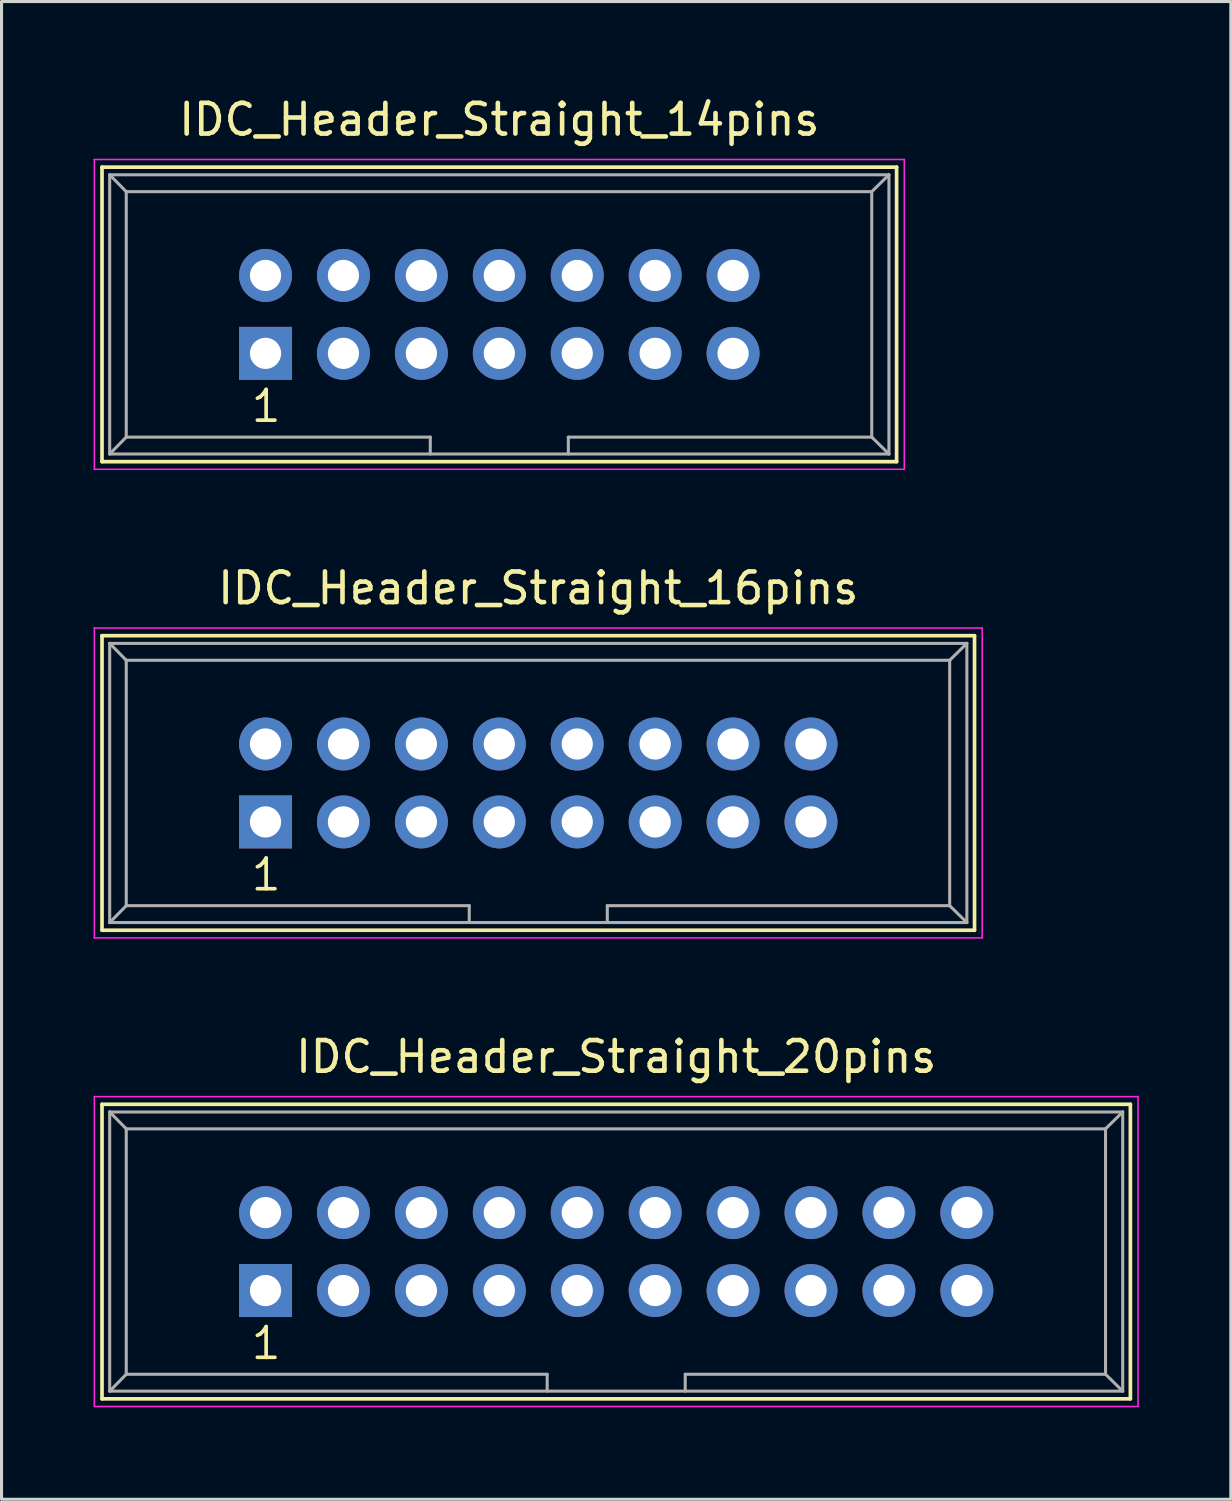
<source format=kicad_pcb>
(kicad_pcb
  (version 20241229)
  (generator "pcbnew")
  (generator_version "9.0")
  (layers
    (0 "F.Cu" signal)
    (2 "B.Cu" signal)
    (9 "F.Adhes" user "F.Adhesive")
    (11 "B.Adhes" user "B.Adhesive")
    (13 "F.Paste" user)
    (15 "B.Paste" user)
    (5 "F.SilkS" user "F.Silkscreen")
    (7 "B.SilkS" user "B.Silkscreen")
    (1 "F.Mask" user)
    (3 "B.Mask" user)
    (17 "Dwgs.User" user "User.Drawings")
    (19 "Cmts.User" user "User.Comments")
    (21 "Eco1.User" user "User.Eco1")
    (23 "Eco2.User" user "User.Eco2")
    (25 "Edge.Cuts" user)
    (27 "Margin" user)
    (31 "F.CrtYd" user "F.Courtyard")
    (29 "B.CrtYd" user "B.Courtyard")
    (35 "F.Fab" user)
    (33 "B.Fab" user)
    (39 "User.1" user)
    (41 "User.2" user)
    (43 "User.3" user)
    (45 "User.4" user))
  (footprint "IDC_Header_Straight_16pins"
    (layer "F.Cu")
    (at 5.605 23.741)
    (property "Reference" "IDC_Header_Straight_16pins" (at 8.89 -7.62 0) (layer "F.SilkS") (effects (font (size 1 1) (thickness 0.15))))
    (attr through_hole)
    (fp_line (start -5.33 -6.07) (end 23.11 -6.07) (stroke (width 0.12) (type solid)) (layer "F.SilkS"))
    (fp_line (start -5.33 3.53) (end -5.33 -6.07) (stroke (width 0.12) (type solid)) (layer "F.SilkS"))
    (fp_line (start 23.11 -6.07) (end 23.11 3.53) (stroke (width 0.12) (type solid)) (layer "F.SilkS"))
    (fp_line (start 23.11 3.53) (end -5.33 3.53) (stroke (width 0.12) (type solid)) (layer "F.SilkS"))
    (fp_line (start -5.58 -6.32) (end 23.36 -6.32) (stroke (width 0.05) (type solid)) (layer "F.CrtYd"))
    (fp_line (start -5.58 3.78) (end -5.58 -6.32) (stroke (width 0.05) (type solid)) (layer "F.CrtYd"))
    (fp_line (start 23.36 -6.32) (end 23.36 3.78) (stroke (width 0.05) (type solid)) (layer "F.CrtYd"))
    (fp_line (start 23.36 3.78) (end -5.58 3.78) (stroke (width 0.05) (type solid)) (layer "F.CrtYd"))
    (fp_line (start -5.08 -5.82) (end -5.08 3.28) (stroke (width 0.1) (type solid)) (layer "F.Fab"))
    (fp_line (start -5.08 -5.82) (end -4.54 -5.27) (stroke (width 0.1) (type solid)) (layer "F.Fab"))
    (fp_line (start -5.08 -5.82) (end 22.86 -5.82) (stroke (width 0.1) (type solid)) (layer "F.Fab"))
    (fp_line (start -5.08 3.28) (end -4.54 2.73) (stroke (width 0.1) (type solid)) (layer "F.Fab"))
    (fp_line (start -5.08 3.28) (end 22.86 3.28) (stroke (width 0.1) (type solid)) (layer "F.Fab"))
    (fp_line (start -4.54 -5.27) (end -4.54 2.73) (stroke (width 0.1) (type solid)) (layer "F.Fab"))
    (fp_line (start -4.54 -5.27) (end 22.3 -5.27) (stroke (width 0.1) (type solid)) (layer "F.Fab"))
    (fp_line (start -4.54 2.73) (end 6.64 2.73) (stroke (width 0.1) (type solid)) (layer "F.Fab"))
    (fp_line (start 6.64 2.73) (end 6.64 3.28) (stroke (width 0.1) (type solid)) (layer "F.Fab"))
    (fp_line (start 11.14 2.73) (end 11.14 3.28) (stroke (width 0.1) (type solid)) (layer "F.Fab"))
    (fp_line (start 11.14 2.73) (end 22.3 2.73) (stroke (width 0.1) (type solid)) (layer "F.Fab"))
    (fp_line (start 22.3 -5.27) (end 22.3 2.73) (stroke (width 0.1) (type solid)) (layer "F.Fab"))
    (fp_line (start 22.86 -5.82) (end 22.3 -5.27) (stroke (width 0.1) (type solid)) (layer "F.Fab"))
    (fp_line (start 22.86 -5.82) (end 22.86 3.28) (stroke (width 0.1) (type solid)) (layer "F.Fab"))
    (fp_line (start 22.86 3.28) (end 22.3 2.73) (stroke (width 0.1) (type solid)) (layer "F.Fab"))
    (fp_text user "1" (at 0.02 1.72 0) (layer "F.SilkS") (effects (font (size 1 1) (thickness 0.12))))
    (pad "1" thru_hole rect (at 0 0) (size 1.727 1.727) (drill 1.016) (layers "*.Cu" "*.Mask"))
    (pad "2" thru_hole oval (at 0 -2.54) (size 1.727 1.727) (drill 1.016) (layers "*.Cu" "*.Mask"))
    (pad "3" thru_hole oval (at 2.54 0) (size 1.727 1.727) (drill 1.016) (layers "*.Cu" "*.Mask"))
    (pad "4" thru_hole oval (at 2.54 -2.54) (size 1.727 1.727) (drill 1.016) (layers "*.Cu" "*.Mask"))
    (pad "5" thru_hole oval (at 5.08 0) (size 1.727 1.727) (drill 1.016) (layers "*.Cu" "*.Mask"))
    (pad "6" thru_hole oval (at 5.08 -2.54) (size 1.727 1.727) (drill 1.016) (layers "*.Cu" "*.Mask"))
    (pad "7" thru_hole oval (at 7.62 0) (size 1.727 1.727) (drill 1.016) (layers "*.Cu" "*.Mask"))
    (pad "8" thru_hole oval (at 7.62 -2.54) (size 1.727 1.727) (drill 1.016) (layers "*.Cu" "*.Mask"))
    (pad "9" thru_hole oval (at 10.16 0) (size 1.727 1.727) (drill 1.016) (layers "*.Cu" "*.Mask"))
    (pad "10" thru_hole oval (at 10.16 -2.54) (size 1.727 1.727) (drill 1.016) (layers "*.Cu" "*.Mask"))
    (pad "11" thru_hole oval (at 12.7 0) (size 1.727 1.727) (drill 1.016) (layers "*.Cu" "*.Mask"))
    (pad "12" thru_hole oval (at 12.7 -2.54) (size 1.727 1.727) (drill 1.016) (layers "*.Cu" "*.Mask"))
    (pad "13" thru_hole oval (at 15.24 0) (size 1.727 1.727) (drill 1.016) (layers "*.Cu" "*.Mask"))
    (pad "14" thru_hole oval (at 15.24 -2.54) (size 1.727 1.727) (drill 1.016) (layers "*.Cu" "*.Mask"))
    (pad "15" thru_hole oval (at 17.78 0) (size 1.727 1.727) (drill 1.016) (layers "*.Cu" "*.Mask"))
    (pad "16" thru_hole oval (at 17.78 -2.54) (size 1.727 1.727) (drill 1.016) (layers "*.Cu" "*.Mask")))
  (footprint "IDC_Header_Straight_20pins"
    (layer "F.Cu")
    (at 5.605 39.015)
    (property "Reference" "IDC_Header_Straight_20pins" (at 11.43 -7.62 0) (layer "F.SilkS") (effects (font (size 1 1) (thickness 0.15))))
    (attr through_hole)
    (fp_line (start -5.33 -6.07) (end 28.19 -6.07) (stroke (width 0.12) (type solid)) (layer "F.SilkS"))
    (fp_line (start -5.33 3.53) (end -5.33 -6.07) (stroke (width 0.12) (type solid)) (layer "F.SilkS"))
    (fp_line (start 28.19 -6.07) (end 28.19 3.53) (stroke (width 0.12) (type solid)) (layer "F.SilkS"))
    (fp_line (start 28.19 3.53) (end -5.33 3.53) (stroke (width 0.12) (type solid)) (layer "F.SilkS"))
    (fp_line (start -5.58 -6.32) (end 28.44 -6.32) (stroke (width 0.05) (type solid)) (layer "F.CrtYd"))
    (fp_line (start -5.58 3.78) (end -5.58 -6.32) (stroke (width 0.05) (type solid)) (layer "F.CrtYd"))
    (fp_line (start 28.44 -6.32) (end 28.44 3.78) (stroke (width 0.05) (type solid)) (layer "F.CrtYd"))
    (fp_line (start 28.44 3.78) (end -5.58 3.78) (stroke (width 0.05) (type solid)) (layer "F.CrtYd"))
    (fp_line (start -5.08 -5.82) (end -5.08 3.28) (stroke (width 0.1) (type solid)) (layer "F.Fab"))
    (fp_line (start -5.08 -5.82) (end -4.54 -5.27) (stroke (width 0.1) (type solid)) (layer "F.Fab"))
    (fp_line (start -5.08 -5.82) (end 27.94 -5.82) (stroke (width 0.1) (type solid)) (layer "F.Fab"))
    (fp_line (start -5.08 3.28) (end -4.54 2.73) (stroke (width 0.1) (type solid)) (layer "F.Fab"))
    (fp_line (start -5.08 3.28) (end 27.94 3.28) (stroke (width 0.1) (type solid)) (layer "F.Fab"))
    (fp_line (start -4.54 -5.27) (end -4.54 2.73) (stroke (width 0.1) (type solid)) (layer "F.Fab"))
    (fp_line (start -4.54 -5.27) (end 27.38 -5.27) (stroke (width 0.1) (type solid)) (layer "F.Fab"))
    (fp_line (start -4.54 2.73) (end 9.18 2.73) (stroke (width 0.1) (type solid)) (layer "F.Fab"))
    (fp_line (start 9.18 2.73) (end 9.18 3.28) (stroke (width 0.1) (type solid)) (layer "F.Fab"))
    (fp_line (start 13.68 2.73) (end 13.68 3.28) (stroke (width 0.1) (type solid)) (layer "F.Fab"))
    (fp_line (start 13.68 2.73) (end 27.38 2.73) (stroke (width 0.1) (type solid)) (layer "F.Fab"))
    (fp_line (start 27.38 -5.27) (end 27.38 2.73) (stroke (width 0.1) (type solid)) (layer "F.Fab"))
    (fp_line (start 27.94 -5.82) (end 27.38 -5.27) (stroke (width 0.1) (type solid)) (layer "F.Fab"))
    (fp_line (start 27.94 -5.82) (end 27.94 3.28) (stroke (width 0.1) (type solid)) (layer "F.Fab"))
    (fp_line (start 27.94 3.28) (end 27.38 2.73) (stroke (width 0.1) (type solid)) (layer "F.Fab"))
    (fp_text user "1" (at 0.02 1.72 0) (layer "F.SilkS") (effects (font (size 1 1) (thickness 0.12))))
    (pad "1" thru_hole rect (at 0 0) (size 1.727 1.727) (drill 1.016) (layers "*.Cu" "*.Mask"))
    (pad "2" thru_hole oval (at 0 -2.54) (size 1.727 1.727) (drill 1.016) (layers "*.Cu" "*.Mask"))
    (pad "3" thru_hole oval (at 2.54 0) (size 1.727 1.727) (drill 1.016) (layers "*.Cu" "*.Mask"))
    (pad "4" thru_hole oval (at 2.54 -2.54) (size 1.727 1.727) (drill 1.016) (layers "*.Cu" "*.Mask"))
    (pad "5" thru_hole oval (at 5.08 0) (size 1.727 1.727) (drill 1.016) (layers "*.Cu" "*.Mask"))
    (pad "6" thru_hole oval (at 5.08 -2.54) (size 1.727 1.727) (drill 1.016) (layers "*.Cu" "*.Mask"))
    (pad "7" thru_hole oval (at 7.62 0) (size 1.727 1.727) (drill 1.016) (layers "*.Cu" "*.Mask"))
    (pad "8" thru_hole oval (at 7.62 -2.54) (size 1.727 1.727) (drill 1.016) (layers "*.Cu" "*.Mask"))
    (pad "9" thru_hole oval (at 10.16 0) (size 1.727 1.727) (drill 1.016) (layers "*.Cu" "*.Mask"))
    (pad "10" thru_hole oval (at 10.16 -2.54) (size 1.727 1.727) (drill 1.016) (layers "*.Cu" "*.Mask"))
    (pad "11" thru_hole oval (at 12.7 0) (size 1.727 1.727) (drill 1.016) (layers "*.Cu" "*.Mask"))
    (pad "12" thru_hole oval (at 12.7 -2.54) (size 1.727 1.727) (drill 1.016) (layers "*.Cu" "*.Mask"))
    (pad "13" thru_hole oval (at 15.24 0) (size 1.727 1.727) (drill 1.016) (layers "*.Cu" "*.Mask"))
    (pad "14" thru_hole oval (at 15.24 -2.54) (size 1.727 1.727) (drill 1.016) (layers "*.Cu" "*.Mask"))
    (pad "15" thru_hole oval (at 17.78 0) (size 1.727 1.727) (drill 1.016) (layers "*.Cu" "*.Mask"))
    (pad "16" thru_hole oval (at 17.78 -2.54) (size 1.727 1.727) (drill 1.016) (layers "*.Cu" "*.Mask"))
    (pad "17" thru_hole oval (at 20.32 0) (size 1.727 1.727) (drill 1.016) (layers "*.Cu" "*.Mask"))
    (pad "18" thru_hole oval (at 20.32 -2.54) (size 1.727 1.727) (drill 1.016) (layers "*.Cu" "*.Mask"))
    (pad "19" thru_hole oval (at 22.86 0) (size 1.727 1.727) (drill 1.016) (layers "*.Cu" "*.Mask"))
    (pad "20" thru_hole oval (at 22.86 -2.54) (size 1.727 1.727) (drill 1.016) (layers "*.Cu" "*.Mask")))
  (footprint "IDC_Header_Straight_14pins"
    (layer "F.Cu")
    (at 5.605 8.468)
    (property "Reference" "IDC_Header_Straight_14pins" (at 7.62 -7.62 0) (layer "F.SilkS") (effects (font (size 1 1) (thickness 0.15))))
    (attr through_hole)
    (fp_line (start -5.33 -6.07) (end 20.57 -6.07) (stroke (width 0.12) (type solid)) (layer "F.SilkS"))
    (fp_line (start -5.33 3.53) (end -5.33 -6.07) (stroke (width 0.12) (type solid)) (layer "F.SilkS"))
    (fp_line (start 20.57 -6.07) (end 20.57 3.53) (stroke (width 0.12) (type solid)) (layer "F.SilkS"))
    (fp_line (start 20.57 3.53) (end -5.33 3.53) (stroke (width 0.12) (type solid)) (layer "F.SilkS"))
    (fp_line (start -5.58 -6.32) (end 20.82 -6.32) (stroke (width 0.05) (type solid)) (layer "F.CrtYd"))
    (fp_line (start -5.58 3.78) (end -5.58 -6.32) (stroke (width 0.05) (type solid)) (layer "F.CrtYd"))
    (fp_line (start 20.82 -6.32) (end 20.82 3.78) (stroke (width 0.05) (type solid)) (layer "F.CrtYd"))
    (fp_line (start 20.82 3.78) (end -5.58 3.78) (stroke (width 0.05) (type solid)) (layer "F.CrtYd"))
    (fp_line (start -5.08 -5.82) (end -5.08 3.28) (stroke (width 0.1) (type solid)) (layer "F.Fab"))
    (fp_line (start -5.08 -5.82) (end -4.54 -5.27) (stroke (width 0.1) (type solid)) (layer "F.Fab"))
    (fp_line (start -5.08 -5.82) (end 20.32 -5.82) (stroke (width 0.1) (type solid)) (layer "F.Fab"))
    (fp_line (start -5.08 3.28) (end -4.54 2.73) (stroke (width 0.1) (type solid)) (layer "F.Fab"))
    (fp_line (start -5.08 3.28) (end 20.32 3.28) (stroke (width 0.1) (type solid)) (layer "F.Fab"))
    (fp_line (start -4.54 -5.27) (end -4.54 2.73) (stroke (width 0.1) (type solid)) (layer "F.Fab"))
    (fp_line (start -4.54 -5.27) (end 19.76 -5.27) (stroke (width 0.1) (type solid)) (layer "F.Fab"))
    (fp_line (start -4.54 2.73) (end 5.37 2.73) (stroke (width 0.1) (type solid)) (layer "F.Fab"))
    (fp_line (start 5.37 2.73) (end 5.37 3.28) (stroke (width 0.1) (type solid)) (layer "F.Fab"))
    (fp_line (start 9.87 2.73) (end 9.87 3.28) (stroke (width 0.1) (type solid)) (layer "F.Fab"))
    (fp_line (start 9.87 2.73) (end 19.76 2.73) (stroke (width 0.1) (type solid)) (layer "F.Fab"))
    (fp_line (start 19.76 -5.27) (end 19.76 2.73) (stroke (width 0.1) (type solid)) (layer "F.Fab"))
    (fp_line (start 20.32 -5.82) (end 19.76 -5.27) (stroke (width 0.1) (type solid)) (layer "F.Fab"))
    (fp_line (start 20.32 -5.82) (end 20.32 3.28) (stroke (width 0.1) (type solid)) (layer "F.Fab"))
    (fp_line (start 20.32 3.28) (end 19.76 2.73) (stroke (width 0.1) (type solid)) (layer "F.Fab"))
    (fp_text user "1" (at 0.02 1.72 0) (layer "F.SilkS") (effects (font (size 1 1) (thickness 0.12))))
    (pad "1" thru_hole rect (at 0 0) (size 1.727 1.727) (drill 1.016) (layers "*.Cu" "*.Mask"))
    (pad "2" thru_hole oval (at 0 -2.54) (size 1.727 1.727) (drill 1.016) (layers "*.Cu" "*.Mask"))
    (pad "3" thru_hole oval (at 2.54 0) (size 1.727 1.727) (drill 1.016) (layers "*.Cu" "*.Mask"))
    (pad "4" thru_hole oval (at 2.54 -2.54) (size 1.727 1.727) (drill 1.016) (layers "*.Cu" "*.Mask"))
    (pad "5" thru_hole oval (at 5.08 0) (size 1.727 1.727) (drill 1.016) (layers "*.Cu" "*.Mask"))
    (pad "6" thru_hole oval (at 5.08 -2.54) (size 1.727 1.727) (drill 1.016) (layers "*.Cu" "*.Mask"))
    (pad "7" thru_hole oval (at 7.62 0) (size 1.727 1.727) (drill 1.016) (layers "*.Cu" "*.Mask"))
    (pad "8" thru_hole oval (at 7.62 -2.54) (size 1.727 1.727) (drill 1.016) (layers "*.Cu" "*.Mask"))
    (pad "9" thru_hole oval (at 10.16 0) (size 1.727 1.727) (drill 1.016) (layers "*.Cu" "*.Mask"))
    (pad "10" thru_hole oval (at 10.16 -2.54) (size 1.727 1.727) (drill 1.016) (layers "*.Cu" "*.Mask"))
    (pad "11" thru_hole oval (at 12.7 0) (size 1.727 1.727) (drill 1.016) (layers "*.Cu" "*.Mask"))
    (pad "12" thru_hole oval (at 12.7 -2.54) (size 1.727 1.727) (drill 1.016) (layers "*.Cu" "*.Mask"))
    (pad "13" thru_hole oval (at 15.24 0) (size 1.727 1.727) (drill 1.016) (layers "*.Cu" "*.Mask"))
    (pad "14" thru_hole oval (at 15.24 -2.54) (size 1.727 1.727) (drill 1.016) (layers "*.Cu" "*.Mask")))
  (gr_rect
    (start -3 -3)
    (end 37.07 45.82)
    (stroke (width 0.1) (type default))
    (fill no)
    (layer "Edge.Cuts")))
</source>
